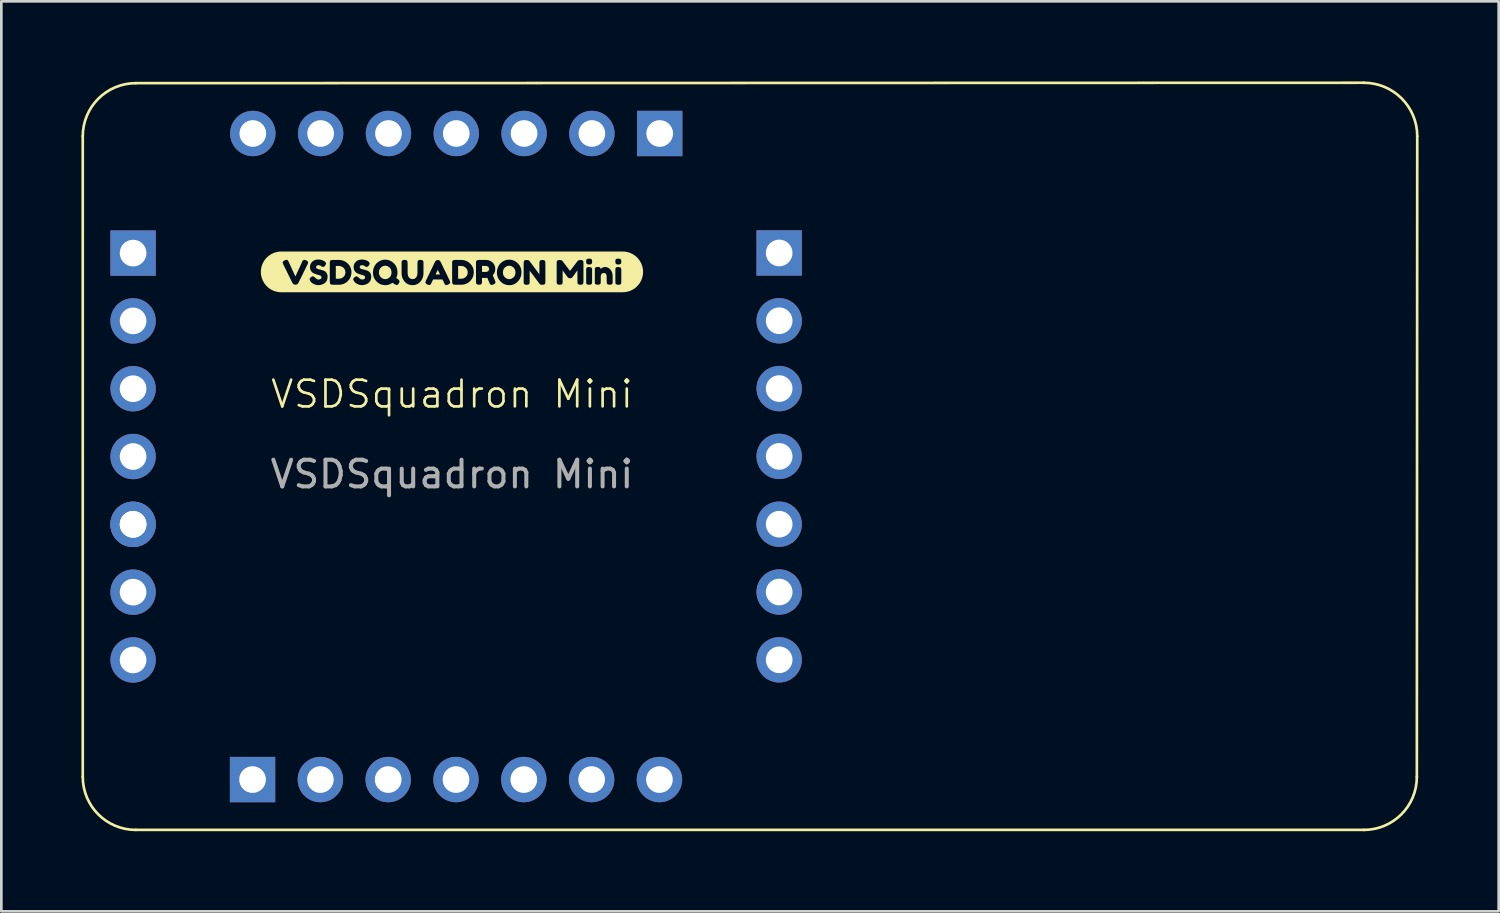
<source format=kicad_pcb>
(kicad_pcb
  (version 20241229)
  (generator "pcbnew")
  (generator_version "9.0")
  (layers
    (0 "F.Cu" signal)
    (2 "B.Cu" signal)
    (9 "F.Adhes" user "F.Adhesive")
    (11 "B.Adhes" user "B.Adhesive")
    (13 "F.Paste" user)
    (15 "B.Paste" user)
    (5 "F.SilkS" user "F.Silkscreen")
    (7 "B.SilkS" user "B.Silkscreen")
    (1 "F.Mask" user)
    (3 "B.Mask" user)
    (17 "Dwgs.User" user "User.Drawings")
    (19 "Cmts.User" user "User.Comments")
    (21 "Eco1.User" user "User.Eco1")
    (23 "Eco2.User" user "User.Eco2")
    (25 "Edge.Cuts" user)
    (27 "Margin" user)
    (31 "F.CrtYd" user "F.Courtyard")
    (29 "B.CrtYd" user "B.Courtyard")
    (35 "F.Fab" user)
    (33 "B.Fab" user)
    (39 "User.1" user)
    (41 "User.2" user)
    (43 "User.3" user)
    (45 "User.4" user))
  (footprint "VSDSquadron Mini"
    (layer "F.Cu")
    (at 13.879 12.214)
    (property "Reference" "VSDSquadron Mini" (at 0 -0.5 0) (unlocked yes) (layer "F.SilkS") (effects (font (size 1 1) (thickness 0.1))))
    (attr smd)
    (fp_line (start -13.829 -10.164) (end -13.829 13.836) (stroke (width 0.1) (type default)) (layer "F.SilkS"))
    (fp_line (start -11.844 15.821) (end 34.156 15.821) (stroke (width 0.1) (type default)) (layer "F.SilkS"))
    (fp_line (start 34.156 -12.164) (end -11.844 -12.149) (stroke (width 0.1) (type default)) (layer "F.SilkS"))
    (fp_line (start 36.141 13.836) (end 36.156 -10.164) (stroke (width 0.1) (type default)) (layer "F.SilkS"))
    (fp_arc (start -13.82851 -10.163567) (mid -13.247134 -11.567134) (end -11.843567 -12.14851) (stroke (width 0.1) (type default)) (layer "F.SilkS"))
    (fp_arc (start -11.843567 15.821376) (mid -13.247134 15.24) (end -13.82851 13.836433) (stroke (width 0.1) (type default)) (layer "F.SilkS"))
    (fp_arc (start 34.156433 -12.163567) (mid 35.570647 -11.577781) (end 36.156433 -10.163567) (stroke (width 0.1) (type default)) (layer "F.SilkS"))
    (fp_arc (start 36.141376 13.836433) (mid 35.56 15.24) (end 34.156433 15.821376) (stroke (width 0.1) (type default)) (layer "F.SilkS"))
    (fp_poly (pts (xy -0.531 -5.157) (xy -0.615 -4.983) (xy -0.446 -4.983) (xy -0.531 -5.157)) (stroke (width 0) (type solid)) (fill yes) (layer "F.SilkS"))
    (fp_poly (pts (xy 1.125 -5.078) (xy 1.288 -5.078) (xy 1.361 -5.106) (xy 1.398 -5.19) (xy 1.361 -5.274) (xy 1.285 -5.303) (xy 1.125 -5.303) (xy 1.125 -5.078)) (stroke (width 0) (type solid)) (fill yes) (layer "F.SilkS"))
    (fp_poly (pts (xy -4.229 -5.303) (xy -4.351 -5.303) (xy -4.351 -4.823) (xy -4.228 -4.823) (xy -4.141 -4.84) (xy -4.063 -4.891) (xy -4.007 -4.967) (xy -3.989 -5.062) (xy -4.007 -5.156) (xy -4.061 -5.234) (xy -4.139 -5.286) (xy -4.229 -5.303)) (stroke (width 0) (type solid)) (fill yes) (layer "F.SilkS"))
    (fp_poly (pts (xy 0.353 -5.303) (xy 0.231 -5.303) (xy 0.231 -4.823) (xy 0.354 -4.823) (xy 0.441 -4.84) (xy 0.519 -4.891) (xy 0.575 -4.967) (xy 0.593 -5.062) (xy 0.575 -5.156) (xy 0.521 -5.234) (xy 0.443 -5.286) (xy 0.353 -5.303)) (stroke (width 0) (type solid)) (fill yes) (layer "F.SilkS"))
    (fp_poly (pts (xy -2.736 -5.06) (xy -2.727 -4.99) (xy -2.703 -4.929) (xy -2.663 -4.877) (xy -2.585 -4.824) (xy -2.499 -4.806) (xy -2.414 -4.823) (xy -2.337 -4.875) (xy -2.297 -4.926) (xy -2.272 -4.987) (xy -2.264 -5.059) (xy -2.273 -5.131) (xy -2.297 -5.193) (xy -2.337 -5.244) (xy -2.415 -5.297) (xy -2.501 -5.314) (xy -2.586 -5.297) (xy -2.663 -5.244) (xy -2.703 -5.192) (xy -2.728 -5.131) (xy -2.736 -5.06)) (stroke (width 0) (type solid)) (fill yes) (layer "F.SilkS"))
    (fp_poly (pts (xy 1.908 -5.06) (xy 1.916 -4.99) (xy 1.94 -4.929) (xy 1.981 -4.877) (xy 2.058 -4.824) (xy 2.144 -4.806) (xy 2.229 -4.823) (xy 2.306 -4.875) (xy 2.347 -4.926) (xy 2.371 -4.987) (xy 2.379 -5.059) (xy 2.371 -5.131) (xy 2.346 -5.193) (xy 2.306 -5.244) (xy 2.228 -5.297) (xy 2.142 -5.314) (xy 2.057 -5.297) (xy 1.98 -5.244) (xy 1.94 -5.192) (xy 1.916 -5.131) (xy 1.908 -5.06)) (stroke (width 0) (type solid)) (fill yes) (layer "F.SilkS"))
    (fp_poly (pts (xy -6.342 -5.843) (xy -6.395 -5.843) (xy -6.47 -5.839) (xy -6.544 -5.828) (xy -6.617 -5.81) (xy -6.687 -5.785) (xy -6.755 -5.753) (xy -6.819 -5.714) (xy -6.879 -5.67) (xy -6.935 -5.62) (xy -6.985 -5.564) (xy -7.03 -5.504) (xy -7.068 -5.44) (xy -7.1 -5.372) (xy -7.125 -5.302) (xy -7.144 -5.229) (xy -7.155 -5.155) (xy -7.158 -5.08) (xy -7.155 -5.005) (xy -7.144 -4.931) (xy -7.125 -4.858) (xy -7.1 -4.788) (xy -7.068 -4.72) (xy -7.03 -4.656) (xy -6.985 -4.596) (xy -6.935 -4.54) (xy -6.879 -4.49) (xy -6.819 -4.446) (xy -6.755 -4.407) (xy -6.687 -4.375) (xy -6.617 -4.35) (xy -6.544 -4.332) (xy -6.47 -4.321) (xy -6.395 -4.317) (xy -6.342 -4.317) (xy -5.857 -4.317) (xy -5.857 -4.598) (xy -5.87 -4.598) (xy -5.93 -4.615) (xy -5.973 -4.66) (xy -6.323 -5.371) (xy -6.342 -5.432) (xy -6.324 -5.475) (xy -6.267 -5.514) (xy -6.203 -5.535) (xy -6.17 -5.53) (xy -6.148 -5.512) (xy -6.127 -5.479) (xy -6.11 -5.443) (xy -6.078 -5.373) (xy -6.037 -5.284) (xy -5.994 -5.189) (xy -5.95 -5.093) (xy -5.909 -5.004) (xy -5.877 -4.936) (xy -5.864 -4.907) (xy -5.61 -5.463) (xy -5.592 -5.501) (xy -5.536 -5.535) (xy -5.461 -5.514) (xy -5.405 -5.475) (xy -5.386 -5.432) (xy -5.405 -5.371) (xy -5.756 -4.66) (xy -5.798 -4.615) (xy -5.857 -4.598) (xy -5.857 -4.317) (xy -4.997 -4.317) (xy -4.997 -4.584) (xy -5.056 -4.588) (xy -5.11 -4.599) (xy -5.197 -4.635) (xy -5.254 -4.675) (xy -5.291 -4.714) (xy -5.302 -4.728) (xy -5.335 -4.801) (xy -5.322 -4.838) (xy -5.281 -4.886) (xy -5.213 -4.917) (xy -5.171 -4.901) (xy -5.114 -4.853) (xy -5.063 -4.812) (xy -5.003 -4.792) (xy -4.937 -4.803) (xy -4.898 -4.835) (xy -4.884 -4.889) (xy -4.917 -4.938) (xy -4.997 -4.966) (xy -5.048 -4.978) (xy -5.102 -4.995) (xy -5.156 -5.016) (xy -5.206 -5.041) (xy -5.25 -5.076) (xy -5.286 -5.126) (xy -5.311 -5.189) (xy -5.319 -5.265) (xy -5.31 -5.336) (xy -5.282 -5.401) (xy -5.236 -5.46) (xy -5.173 -5.506) (xy -5.098 -5.534) (xy -5.009 -5.543) (xy -4.936 -5.538) (xy -4.87 -5.523) (xy -4.783 -5.483) (xy -4.751 -5.459) (xy -4.712 -5.397) (xy -4.742 -5.327) (xy -4.786 -5.279) (xy -4.831 -5.264) (xy -4.897 -5.289) (xy -4.912 -5.302) (xy -4.931 -5.318) (xy -4.999 -5.335) (xy -5.068 -5.315) (xy -5.095 -5.26) (xy -5.063 -5.204) (xy -4.982 -5.175) (xy -4.932 -5.165) (xy -4.877 -5.151) (xy -4.822 -5.133) (xy -4.771 -5.112) (xy -4.727 -5.081) (xy -4.691 -5.033) (xy -4.666 -4.97) (xy -4.658 -4.894) (xy -4.667 -4.816) (xy -4.691 -4.749) (xy -4.729 -4.693) (xy -4.778 -4.651) (xy -4.848 -4.614) (xy -4.921 -4.592) (xy -4.997 -4.584) (xy -4.997 -4.317) (xy -4.232 -4.317) (xy -4.232 -4.598) (xy -4.464 -4.598) (xy -4.527 -4.606) (xy -4.561 -4.63) (xy -4.576 -4.711) (xy -4.576 -5.417) (xy -4.574 -5.462) (xy -4.562 -5.495) (xy -4.528 -5.52) (xy -4.463 -5.529) (xy -4.228 -5.528) (xy -4.139 -5.519) (xy -4.055 -5.494) (xy -3.977 -5.453) (xy -3.904 -5.395) (xy -3.843 -5.325) (xy -3.799 -5.247) (xy -3.773 -5.162) (xy -3.764 -5.069) (xy -3.773 -4.975) (xy -3.798 -4.889) (xy -3.841 -4.809) (xy -3.901 -4.736) (xy -3.973 -4.676) (xy -4.052 -4.633) (xy -4.138 -4.607) (xy -4.232 -4.598) (xy -4.232 -4.317) (xy -3.363 -4.317) (xy -3.363 -4.584) (xy -3.421 -4.588) (xy -3.476 -4.599) (xy -3.562 -4.635) (xy -3.619 -4.675) (xy -3.656 -4.714) (xy -3.668 -4.728) (xy -3.701 -4.801) (xy -3.687 -4.838) (xy -3.646 -4.886) (xy -3.579 -4.917) (xy -3.536 -4.901) (xy -3.48 -4.853) (xy -3.429 -4.812) (xy -3.368 -4.792) (xy -3.302 -4.803) (xy -3.263 -4.835) (xy -3.25 -4.889) (xy -3.282 -4.938) (xy -3.363 -4.966) (xy -3.413 -4.978) (xy -3.467 -4.995) (xy -3.521 -5.016) (xy -3.571 -5.041) (xy -3.616 -5.076) (xy -3.652 -5.126) (xy -3.676 -5.189) (xy -3.684 -5.265) (xy -3.675 -5.336) (xy -3.647 -5.401) (xy -3.601 -5.46) (xy -3.539 -5.506) (xy -3.463 -5.534) (xy -3.374 -5.543) (xy -3.302 -5.538) (xy -3.235 -5.523) (xy -3.148 -5.483) (xy -3.117 -5.459) (xy -3.077 -5.397) (xy -3.108 -5.327) (xy -3.152 -5.279) (xy -3.197 -5.264) (xy -3.263 -5.289) (xy -3.277 -5.302) (xy -3.297 -5.318) (xy -3.365 -5.335) (xy -3.433 -5.315) (xy -3.461 -5.26) (xy -3.428 -5.204) (xy -3.348 -5.175) (xy -3.297 -5.165) (xy -3.242 -5.151) (xy -3.187 -5.133) (xy -3.137 -5.112) (xy -3.093 -5.081) (xy -3.056 -5.033) (xy -3.032 -4.97) (xy -3.024 -4.894) (xy -3.032 -4.816) (xy -3.057 -4.749) (xy -3.095 -4.693) (xy -3.143 -4.651) (xy -3.213 -4.614) (xy -3.287 -4.592) (xy -3.363 -4.584) (xy -3.363 -4.317) (xy -2.493 -4.317) (xy -2.493 -4.582) (xy -2.588 -4.59) (xy -2.674 -4.616) (xy -2.754 -4.66) (xy -2.825 -4.721) (xy -2.884 -4.794) (xy -2.927 -4.874) (xy -2.952 -4.961) (xy -2.96 -5.054) (xy -2.951 -5.156) (xy -2.922 -5.251) (xy -2.878 -5.336) (xy -2.821 -5.406) (xy -2.752 -5.461) (xy -2.675 -5.504) (xy -2.591 -5.53) (xy -2.504 -5.539) (xy -2.414 -5.531) (xy -2.329 -5.505) (xy -2.25 -5.463) (xy -2.178 -5.403) (xy -2.117 -5.331) (xy -2.074 -5.249) (xy -2.048 -5.159) (xy -2.04 -5.059) (xy -2.045 -4.989) (xy -2.061 -4.919) (xy -2.087 -4.849) (xy -2.003 -4.792) (xy -1.957 -4.727) (xy -1.995 -4.64) (xy -2.034 -4.598) (xy -2.073 -4.584) (xy -2.146 -4.618) (xy -2.182 -4.642) (xy -2.228 -4.673) (xy -2.31 -4.622) (xy -2.398 -4.592) (xy -2.493 -4.582) (xy -2.493 -4.317) (xy -1.479 -4.317) (xy -1.479 -4.582) (xy -1.572 -4.592) (xy -1.655 -4.622) (xy -1.727 -4.669) (xy -1.784 -4.729) (xy -1.829 -4.798) (xy -1.862 -4.872) (xy -1.881 -4.951) (xy -1.887 -5.034) (xy -1.887 -5.416) (xy -1.885 -5.461) (xy -1.873 -5.495) (xy -1.839 -5.521) (xy -1.774 -5.529) (xy -1.709 -5.521) (xy -1.676 -5.495) (xy -1.661 -5.415) (xy -1.661 -5.034) (xy -1.652 -4.958) (xy -1.623 -4.886) (xy -1.566 -4.829) (xy -1.476 -4.808) (xy -1.395 -4.825) (xy -1.337 -4.876) (xy -1.303 -4.95) (xy -1.292 -5.035) (xy -1.292 -5.424) (xy -1.279 -5.493) (xy -1.242 -5.521) (xy -1.182 -5.529) (xy -1.124 -5.523) (xy -1.091 -5.507) (xy -1.074 -5.481) (xy -1.067 -5.415) (xy -1.067 -5.031) (xy -1.073 -4.949) (xy -1.093 -4.871) (xy -1.125 -4.797) (xy -1.171 -4.726) (xy -1.229 -4.668) (xy -1.302 -4.622) (xy -1.386 -4.592) (xy -1.479 -4.582) (xy -1.479 -4.317) (xy -0.205 -4.317) (xy -0.205 -4.584) (xy -0.246 -4.595) (xy -0.269 -4.62) (xy -0.288 -4.658) (xy -0.354 -4.795) (xy -0.706 -4.795) (xy -0.772 -4.658) (xy -0.792 -4.621) (xy -0.815 -4.597) (xy -0.855 -4.585) (xy -0.923 -4.607) (xy -0.979 -4.645) (xy -0.997 -4.688) (xy -0.975 -4.753) (xy -0.632 -5.463) (xy -0.59 -5.51) (xy -0.53 -5.528) (xy -0.47 -5.511) (xy -0.428 -5.462) (xy -0.085 -4.753) (xy -0.064 -4.688) (xy -0.082 -4.645) (xy -0.137 -4.606) (xy -0.205 -4.584) (xy -0.205 -4.317) (xy 0.351 -4.317) (xy 0.351 -4.598) (xy 0.118 -4.598) (xy 0.055 -4.606) (xy 0.022 -4.63) (xy 0.006 -4.711) (xy 0.006 -5.417) (xy 0.008 -5.462) (xy 0.02 -5.495) (xy 0.054 -5.52) (xy 0.119 -5.529) (xy 0.354 -5.528) (xy 0.444 -5.519) (xy 0.527 -5.494) (xy 0.606 -5.453) (xy 0.678 -5.395) (xy 0.739 -5.325) (xy 0.783 -5.247) (xy 0.809 -5.162) (xy 0.818 -5.069) (xy 0.809 -4.975) (xy 0.784 -4.889) (xy 0.741 -4.809) (xy 0.681 -4.736) (xy 0.609 -4.676) (xy 0.53 -4.633) (xy 0.444 -4.607) (xy 0.351 -4.598) (xy 0.351 -4.317) (xy 1.488 -4.317) (xy 1.488 -4.589) (xy 1.447 -4.601) (xy 1.424 -4.626) (xy 1.407 -4.662) (xy 1.374 -4.739) (xy 1.325 -4.856) (xy 1.285 -4.853) (xy 1.125 -4.853) (xy 1.125 -4.71) (xy 1.123 -4.666) (xy 1.111 -4.632) (xy 1.078 -4.607) (xy 1.012 -4.598) (xy 0.942 -4.61) (xy 0.908 -4.645) (xy 0.9 -4.711) (xy 0.9 -5.416) (xy 0.902 -5.46) (xy 0.914 -5.493) (xy 0.948 -5.519) (xy 1.013 -5.528) (xy 1.288 -5.528) (xy 1.362 -5.519) (xy 1.434 -5.492) (xy 1.505 -5.446) (xy 1.551 -5.4) (xy 1.589 -5.34) (xy 1.614 -5.269) (xy 1.622 -5.19) (xy 1.611 -5.1) (xy 1.579 -5.021) (xy 1.527 -4.954) (xy 1.549 -4.902) (xy 1.577 -4.835) (xy 1.613 -4.754) (xy 1.632 -4.688) (xy 1.612 -4.644) (xy 1.553 -4.607) (xy 1.488 -4.589) (xy 1.488 -4.317) (xy 2.146 -4.317) (xy 2.146 -4.582) (xy 2.053 -4.59) (xy 1.968 -4.616) (xy 1.889 -4.66) (xy 1.818 -4.721) (xy 1.759 -4.794) (xy 1.717 -4.874) (xy 1.691 -4.961) (xy 1.683 -5.054) (xy 1.692 -5.156) (xy 1.721 -5.251) (xy 1.765 -5.336) (xy 1.822 -5.406) (xy 1.891 -5.461) (xy 1.968 -5.504) (xy 2.052 -5.53) (xy 2.139 -5.539) (xy 2.23 -5.531) (xy 2.314 -5.505) (xy 2.393 -5.463) (xy 2.465 -5.403) (xy 2.526 -5.331) (xy 2.569 -5.251) (xy 2.595 -5.163) (xy 2.603 -5.066) (xy 2.595 -4.969) (xy 2.57 -4.88) (xy 2.529 -4.798) (xy 2.471 -4.723) (xy 2.402 -4.661) (xy 2.324 -4.617) (xy 2.239 -4.59) (xy 2.146 -4.582) (xy 2.146 -4.317) (xy 3.386 -4.317) (xy 3.386 -4.597) (xy 3.317 -4.604) (xy 3.285 -4.629) (xy 3.196 -4.748) (xy 3.117 -4.853) (xy 3.049 -4.943) (xy 2.991 -5.019) (xy 2.945 -5.08) (xy 2.91 -5.126) (xy 2.91 -4.709) (xy 2.908 -4.664) (xy 2.896 -4.631) (xy 2.862 -4.605) (xy 2.797 -4.597) (xy 2.733 -4.605) (xy 2.7 -4.631) (xy 2.688 -4.665) (xy 2.686 -4.71) (xy 2.686 -5.418) (xy 2.698 -5.489) (xy 2.734 -5.519) (xy 2.797 -5.526) (xy 2.857 -5.519) (xy 2.888 -5.504) (xy 2.917 -5.471) (xy 3.002 -5.356) (xy 3.076 -5.255) (xy 3.141 -5.168) (xy 3.195 -5.095) (xy 3.24 -5.035) (xy 3.275 -4.989) (xy 3.275 -5.418) (xy 3.287 -5.489) (xy 3.324 -5.519) (xy 3.384 -5.526) (xy 3.442 -5.52) (xy 3.475 -5.505) (xy 3.491 -5.478) (xy 3.499 -5.413) (xy 3.499 -4.709) (xy 3.497 -4.664) (xy 3.485 -4.631) (xy 3.451 -4.605) (xy 3.386 -4.597) (xy 3.386 -4.317) (xy 4.816 -4.317) (xy 4.816 -4.598) (xy 4.757 -4.604) (xy 4.724 -4.62) (xy 4.707 -4.645) (xy 4.7 -4.711) (xy 4.7 -5.137) (xy 4.661 -5.086) (xy 4.608 -5.011) (xy 4.558 -4.942) (xy 4.53 -4.904) (xy 4.507 -4.874) (xy 4.476 -4.851) (xy 4.423 -4.837) (xy 4.371 -4.85) (xy 4.337 -4.876) (xy 4.327 -4.89) (xy 4.289 -4.94) (xy 4.227 -5.025) (xy 4.169 -5.105) (xy 4.145 -5.137) (xy 4.145 -4.709) (xy 4.143 -4.665) (xy 4.131 -4.632) (xy 4.097 -4.607) (xy 4.032 -4.598) (xy 3.969 -4.607) (xy 3.936 -4.632) (xy 3.924 -4.665) (xy 3.922 -4.711) (xy 3.922 -5.416) (xy 3.924 -5.46) (xy 3.936 -5.493) (xy 3.97 -5.518) (xy 4.035 -5.526) (xy 4.094 -5.518) (xy 4.126 -5.501) (xy 4.134 -5.493) (xy 4.422 -5.115) (xy 4.503 -5.221) (xy 4.572 -5.312) (xy 4.63 -5.388) (xy 4.676 -5.448) (xy 4.71 -5.492) (xy 4.747 -5.518) (xy 4.813 -5.526) (xy 4.878 -5.518) (xy 4.911 -5.492) (xy 4.923 -5.458) (xy 4.925 -5.413) (xy 4.925 -4.709) (xy 4.913 -4.639) (xy 4.877 -4.606) (xy 4.816 -4.598) (xy 4.816 -4.317) (xy 5.137 -4.317) (xy 5.137 -4.597) (xy 5.073 -4.605) (xy 5.039 -4.631) (xy 5.029 -4.664) (xy 5.027 -4.709) (xy 5.027 -5.154) (xy 5.029 -5.198) (xy 5.039 -5.232) (xy 5.073 -5.257) (xy 5.138 -5.265) (xy 5.138 -5.356) (xy 5.074 -5.364) (xy 5.04 -5.391) (xy 5.029 -5.424) (xy 5.027 -5.468) (xy 5.029 -5.512) (xy 5.039 -5.544) (xy 5.073 -5.57) (xy 5.138 -5.578) (xy 5.203 -5.57) (xy 5.235 -5.544) (xy 5.247 -5.511) (xy 5.249 -5.467) (xy 5.247 -5.423) (xy 5.236 -5.39) (xy 5.202 -5.364) (xy 5.138 -5.356) (xy 5.138 -5.265) (xy 5.138 -5.265) (xy 5.225 -5.243) (xy 5.248 -5.189) (xy 5.249 -5.152) (xy 5.249 -4.707) (xy 5.247 -4.663) (xy 5.235 -4.63) (xy 5.202 -4.605) (xy 5.137 -4.597) (xy 5.137 -4.317) (xy 5.907 -4.317) (xy 5.907 -4.598) (xy 5.836 -4.61) (xy 5.803 -4.645) (xy 5.795 -4.71) (xy 5.795 -4.933) (xy 5.765 -5.015) (xy 5.685 -5.044) (xy 5.604 -5.013) (xy 5.573 -4.933) (xy 5.573 -4.709) (xy 5.571 -4.665) (xy 5.559 -4.632) (xy 5.526 -4.607) (xy 5.461 -4.598) (xy 5.397 -4.607) (xy 5.363 -4.632) (xy 5.352 -4.666) (xy 5.351 -4.71) (xy 5.351 -5.159) (xy 5.352 -5.202) (xy 5.364 -5.234) (xy 5.398 -5.258) (xy 5.462 -5.266) (xy 5.525 -5.259) (xy 5.558 -5.237) (xy 5.57 -5.185) (xy 5.593 -5.21) (xy 5.627 -5.237) (xy 5.723 -5.266) (xy 5.803 -5.255) (xy 5.873 -5.223) (xy 5.934 -5.169) (xy 5.981 -5.099) (xy 6.009 -5.02) (xy 6.019 -4.932) (xy 6.019 -4.709) (xy 6.017 -4.665) (xy 6.006 -4.632) (xy 5.972 -4.607) (xy 5.907 -4.598) (xy 5.907 -4.317) (xy 6.231 -4.317) (xy 6.231 -4.597) (xy 6.166 -4.605) (xy 6.133 -4.631) (xy 6.122 -4.664) (xy 6.12 -4.709) (xy 6.12 -5.154) (xy 6.122 -5.198) (xy 6.133 -5.232) (xy 6.166 -5.257) (xy 6.231 -5.265) (xy 6.231 -5.356) (xy 6.167 -5.364) (xy 6.133 -5.391) (xy 6.122 -5.424) (xy 6.12 -5.468) (xy 6.122 -5.512) (xy 6.133 -5.544) (xy 6.166 -5.57) (xy 6.232 -5.578) (xy 6.296 -5.57) (xy 6.328 -5.544) (xy 6.34 -5.511) (xy 6.342 -5.467) (xy 6.34 -5.423) (xy 6.329 -5.39) (xy 6.295 -5.364) (xy 6.231 -5.356) (xy 6.231 -5.265) (xy 6.232 -5.265) (xy 6.318 -5.243) (xy 6.341 -5.189) (xy 6.342 -5.152) (xy 6.342 -4.707) (xy 6.34 -4.663) (xy 6.328 -4.63) (xy 6.296 -4.605) (xy 6.231 -4.597) (xy 6.231 -4.317) (xy 6.342 -4.317) (xy 6.395 -4.317) (xy 6.47 -4.321) (xy 6.544 -4.332) (xy 6.617 -4.35) (xy 6.687 -4.375) (xy 6.755 -4.407) (xy 6.819 -4.446) (xy 6.879 -4.49) (xy 6.935 -4.54) (xy 6.985 -4.596) (xy 7.03 -4.656) (xy 7.068 -4.72) (xy 7.1 -4.788) (xy 7.125 -4.858) (xy 7.144 -4.931) (xy 7.155 -5.005) (xy 7.158 -5.08) (xy 7.155 -5.155) (xy 7.144 -5.229) (xy 7.125 -5.302) (xy 7.1 -5.372) (xy 7.068 -5.44) (xy 7.03 -5.504) (xy 6.985 -5.564) (xy 6.935 -5.62) (xy 6.879 -5.67) (xy 6.819 -5.714) (xy 6.755 -5.753) (xy 6.687 -5.785) (xy 6.617 -5.81) (xy 6.544 -5.828) (xy 6.47 -5.839) (xy 6.395 -5.843) (xy 6.342 -5.843) (xy -6.342 -5.843)) (stroke (width 0) (type solid)) (fill yes) (layer "F.SilkS"))
    (fp_text user "${REFERENCE}" (at 0 2.5 0) (unlocked yes) (layer "F.Fab") (effects (font (size 1 1) (thickness 0.15))))
    (pad "1" thru_hole rect (at -11.944 -5.784) (size 1.7 1.7) (drill 1) (layers "*.Cu" "*.Mask"))
    (pad "2" thru_hole oval (at -11.944 -3.244) (size 1.7 1.7) (drill 1) (layers "*.Cu" "*.Mask"))
    (pad "3" thru_hole oval (at -11.944 -0.704) (size 1.7 1.7) (drill 1) (layers "*.Cu" "*.Mask"))
    (pad "4" thru_hole oval (at -11.944 1.836) (size 1.7 1.7) (drill 1) (layers "*.Cu" "*.Mask"))
    (pad "5" thru_hole oval (at -11.944 4.376) (size 1.7 1.7) (drill 1) (layers "*.Cu" "*.Mask"))
    (pad "5" thru_hole oval (at -11.944 4.376) (size 1.7 1.7) (drill 1) (layers "*.Cu" "*.Mask"))
    (pad "6" thru_hole oval (at -11.944 6.916) (size 1.7 1.7) (drill 1) (layers "*.Cu" "*.Mask"))
    (pad "7" thru_hole oval (at -11.944 9.456) (size 1.7 1.7) (drill 1) (layers "*.Cu" "*.Mask"))
    (pad "8" thru_hole rect (at -7.469 13.936 90) (size 1.7 1.7) (drill 1) (layers "*.Cu" "*.Mask"))
    (pad "9" thru_hole oval (at -4.929 13.936 90) (size 1.7 1.7) (drill 1) (layers "*.Cu" "*.Mask"))
    (pad "10" thru_hole oval (at -2.389 13.936 90) (size 1.7 1.7) (drill 1) (layers "*.Cu" "*.Mask"))
    (pad "11" thru_hole oval (at 0.151 13.936 90) (size 1.7 1.7) (drill 1) (layers "*.Cu" "*.Mask"))
    (pad "12" thru_hole oval (at 2.691 13.936 90) (size 1.7 1.7) (drill 1) (layers "*.Cu" "*.Mask"))
    (pad "13" thru_hole oval (at 5.231 13.936 90) (size 1.7 1.7) (drill 1) (layers "*.Cu" "*.Mask"))
    (pad "14" thru_hole oval (at 7.771 13.936 90) (size 1.7 1.7) (drill 1) (layers "*.Cu" "*.Mask"))
    (pad "15" thru_hole oval (at 12.256 9.451) (size 1.7 1.7) (drill 1) (layers "*.Cu" "*.Mask"))
    (pad "16" thru_hole oval (at 12.256 6.911) (size 1.7 1.7) (drill 1) (layers "*.Cu" "*.Mask"))
    (pad "17" thru_hole oval (at 12.256 4.371) (size 1.7 1.7) (drill 1) (layers "*.Cu" "*.Mask"))
    (pad "18" thru_hole oval (at 12.256 1.831) (size 1.7 1.7) (drill 1) (layers "*.Cu" "*.Mask"))
    (pad "19" thru_hole oval (at 12.256 -0.709) (size 1.7 1.7) (drill 1) (layers "*.Cu" "*.Mask"))
    (pad "20" thru_hole oval (at 12.256 -3.249) (size 1.7 1.7) (drill 1) (layers "*.Cu" "*.Mask"))
    (pad "21" thru_hole rect (at 12.256 -5.789) (size 1.7 1.7) (drill 1) (layers "*.Cu" "*.Mask"))
    (pad "22" thru_hole rect (at 7.781 -10.264 270) (size 1.7 1.7) (drill 1) (layers "*.Cu" "*.Mask"))
    (pad "23" thru_hole oval (at 5.241 -10.264 270) (size 1.7 1.7) (drill 1) (layers "*.Cu" "*.Mask"))
    (pad "24" thru_hole oval (at 2.701 -10.264 270) (size 1.7 1.7) (drill 1) (layers "*.Cu" "*.Mask"))
    (pad "25" thru_hole oval (at 0.161 -10.264 270) (size 1.7 1.7) (drill 1) (layers "*.Cu" "*.Mask"))
    (pad "26" thru_hole oval (at -2.379 -10.264 270) (size 1.7 1.7) (drill 1) (layers "*.Cu" "*.Mask"))
    (pad "27" thru_hole oval (at -4.919 -10.264 270) (size 1.7 1.7) (drill 1) (layers "*.Cu" "*.Mask"))
    (pad "28" thru_hole oval (at -7.459 -10.264 270) (size 1.7 1.7) (drill 1) (layers "*.Cu" "*.Mask")))
  (gr_rect
    (start -3 -3)
    (end 53.085 31.085)
    (stroke (width 0.1) (type default))
    (fill no)
    (layer "Edge.Cuts")))
</source>
